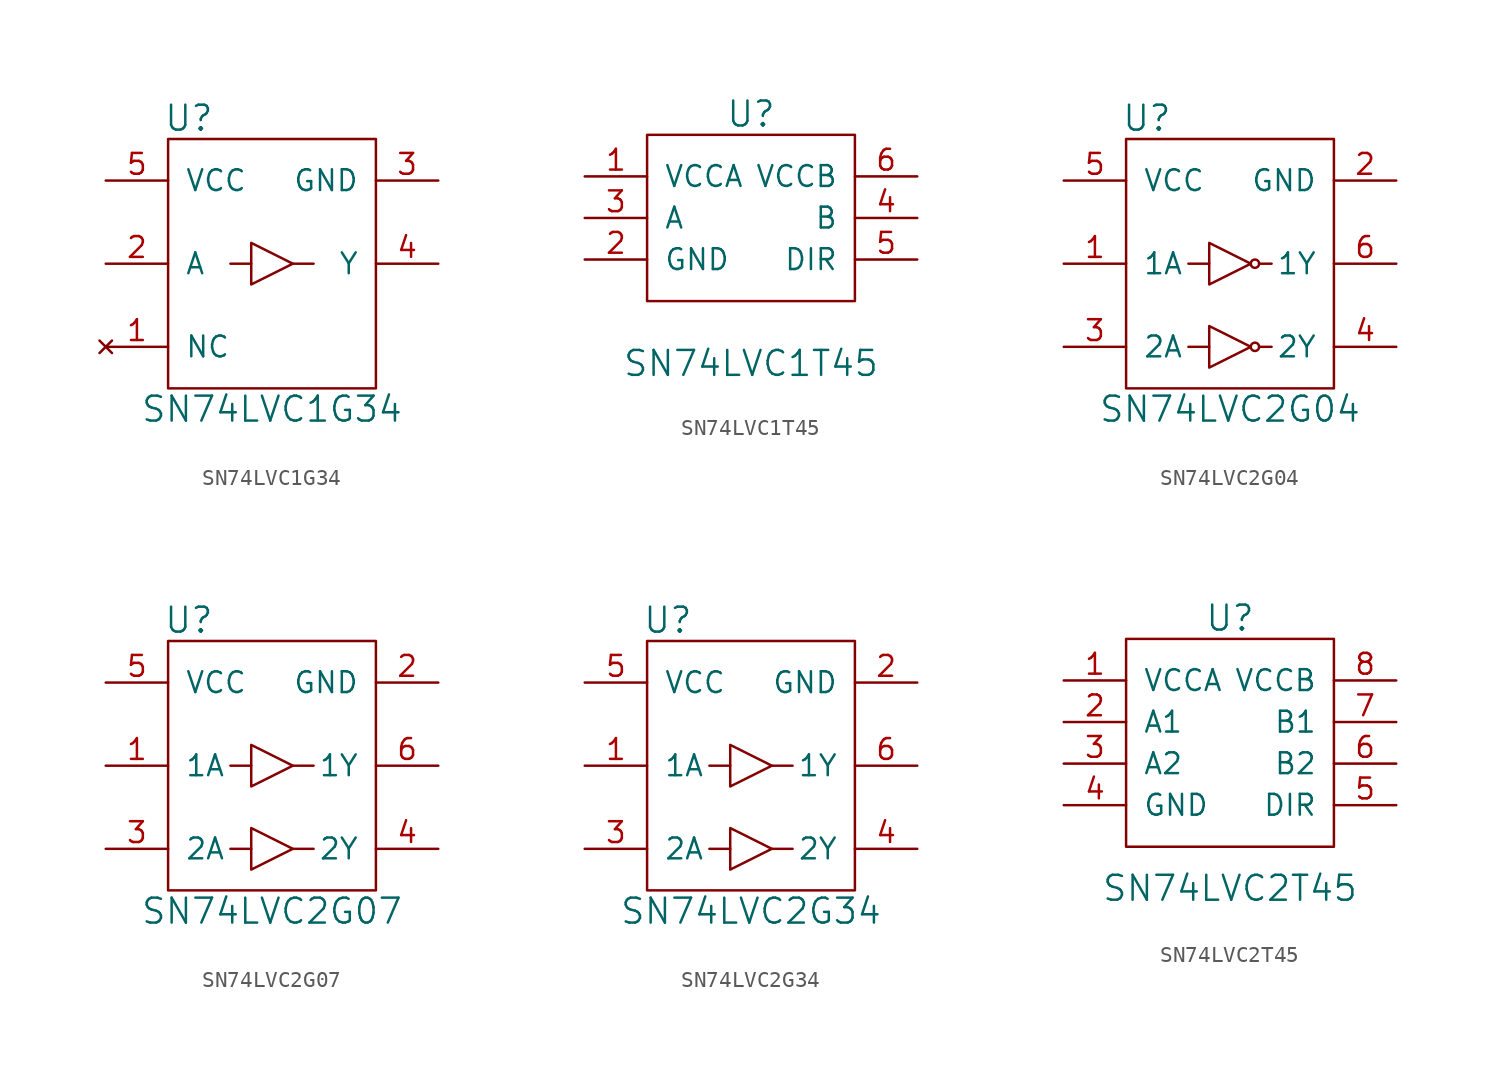
<source format=kicad_sym>
(kicad_symbol_lib
  (version 20211014)
  (generator kicad_symbol_editor)
  (symbol "SN74LVC1G34"
    (pin_names
      (offset 1.016))
    (property "Reference" "U"
      (at -5.08 8.89 0)
      (effects (font (size 1.524 1.524))))
    (property "Value" "SN74LVC1G34"
      (at 0 -8.89 0)
      (effects (font (size 1.524 1.524))))
    (property "Datasheet" ""
      (at 1.27 -2.54 0)
      (effects (font (size 1.524 1.524))))
    (symbol "SN74LVC1G34_0_1"
      (rectangle (start -6.35 7.62) (end 6.35 -7.62) (stroke (width 0) (type default) (color 0 0 0 0)) (fill (type none)))
      (polyline (pts (xy -1.27 0) (xy -2.54 0)) (stroke (width 0) (type default) (color 0 0 0 0)) (fill (type none)))
      (polyline (pts (xy 1.27 0) (xy 2.54 0)) (stroke (width 0) (type default) (color 0 0 0 0)) (fill (type none)))
      (polyline (pts (xy -1.27 -1.27) (xy -1.27 1.27) (xy 1.27 0) (xy -1.27 -1.27)) (stroke (width 0) (type default) (color 0 0 0 0)) (fill (type none))))
    (symbol "SN74LVC1G34_1_1"
      (pin no_connect line (at -10.16 -5.08 0) (length 3.81) (name "NC" (effects (font (size 1.27 1.27)))) (number "1" (effects (font (size 1.27 1.27)))))
      (pin input line (at -10.16 0 0) (length 3.81) (name "A" (effects (font (size 1.27 1.27)))) (number "2" (effects (font (size 1.27 1.27)))))
      (pin power_in line (at 10.16 5.08 180) (length 3.81) (name "GND" (effects (font (size 1.27 1.27)))) (number "3" (effects (font (size 1.27 1.27)))))
      (pin output line (at 10.16 0 180) (length 3.81) (name "Y" (effects (font (size 1.27 1.27)))) (number "4" (effects (font (size 1.27 1.27)))))
      (pin power_in line (at -10.16 5.08 0) (length 3.81) (name "VCC" (effects (font (size 1.27 1.27)))) (number "5" (effects (font (size 1.27 1.27)))))))
  (symbol "SN74LVC1T45"
    (pin_names
      (offset 1.016))
    (property "Reference" "U"
      (at 0 5.08 0)
      (effects (font (size 1.524 1.524))))
    (property "Value" "SN74LVC1T45"
      (at 0 -10.16 0)
      (effects (font (size 1.524 1.524))))
    (property "Datasheet" ""
      (at 0 -2.54 0)
      (effects (font (size 1.524 1.524))))
    (symbol "SN74LVC1T45_0_1"
      (rectangle (start -6.35 3.81) (end 6.35 -6.35) (stroke (width 0) (type default) (color 0 0 0 0)) (fill (type none))))
    (symbol "SN74LVC1T45_1_1"
      (pin power_in line (at -10.16 1.27 0) (length 3.81) (name "VCCA" (effects (font (size 1.27 1.27)))) (number "1" (effects (font (size 1.27 1.27)))))
      (pin power_in line (at -10.16 -3.81 0) (length 3.81) (name "GND" (effects (font (size 1.27 1.27)))) (number "2" (effects (font (size 1.27 1.27)))))
      (pin bidirectional line (at -10.16 -1.27 0) (length 3.81) (name "A" (effects (font (size 1.27 1.27)))) (number "3" (effects (font (size 1.27 1.27)))))
      (pin bidirectional line (at 10.16 -1.27 180) (length 3.81) (name "B" (effects (font (size 1.27 1.27)))) (number "4" (effects (font (size 1.27 1.27)))))
      (pin input line (at 10.16 -3.81 180) (length 3.81) (name "DIR" (effects (font (size 1.27 1.27)))) (number "5" (effects (font (size 1.27 1.27)))))
      (pin power_in line (at 10.16 1.27 180) (length 3.81) (name "VCCB" (effects (font (size 1.27 1.27)))) (number "6" (effects (font (size 1.27 1.27)))))))
  (symbol "SN74LVC2G04"
    (pin_names
      (offset 1.016))
    (property "Reference" "U"
      (at -5.08 8.89 0)
      (effects (font (size 1.524 1.524))))
    (property "Value" "SN74LVC2G04"
      (at 0 -8.89 0)
      (effects (font (size 1.524 1.524))))
    (property "Datasheet" ""
      (at 1.27 -2.54 0)
      (effects (font (size 1.524 1.524))))
    (symbol "SN74LVC2G04_0_1"
      (rectangle (start -6.35 7.62) (end 6.35 -7.62) (stroke (width 0) (type default) (color 0 0 0 0)) (fill (type none)))
      (polyline (pts (xy -1.27 -5.08) (xy -2.54 -5.08)) (stroke (width 0) (type default) (color 0 0 0 0)) (fill (type none)))
      (polyline (pts (xy -1.27 0) (xy -2.54 0)) (stroke (width 0) (type default) (color 0 0 0 0)) (fill (type none)))
      (polyline (pts (xy 1.778 -5.08) (xy 2.54 -5.08)) (stroke (width 0) (type default) (color 0 0 0 0)) (fill (type none)))
      (polyline (pts (xy 1.778 0) (xy 2.54 0)) (stroke (width 0) (type default) (color 0 0 0 0)) (fill (type none)))
      (polyline (pts (xy -1.27 -3.81) (xy -1.27 -6.35) (xy 1.27 -5.08) (xy -1.27 -3.81)) (stroke (width 0) (type default) (color 0 0 0 0)) (fill (type none)))
      (polyline (pts (xy -1.27 -1.27) (xy -1.27 1.27) (xy 1.27 0) (xy -1.27 -1.27)) (stroke (width 0) (type default) (color 0 0 0 0)) (fill (type none)))
      (circle (center 1.524 -5.08) (radius 0.254) (stroke (width 0) (type default) (color 0 0 0 0)) (fill (type none)))
      (circle (center 1.524 0) (radius 0.254) (stroke (width 0) (type default) (color 0 0 0 0)) (fill (type none))))
    (symbol "SN74LVC2G04_1_1"
      (pin input line (at -10.16 0 0) (length 3.81) (name "1A" (effects (font (size 1.27 1.27)))) (number "1" (effects (font (size 1.27 1.27)))))
      (pin power_in line (at 10.16 5.08 180) (length 3.81) (name "GND" (effects (font (size 1.27 1.27)))) (number "2" (effects (font (size 1.27 1.27)))))
      (pin input line (at -10.16 -5.08 0) (length 3.81) (name "2A" (effects (font (size 1.27 1.27)))) (number "3" (effects (font (size 1.27 1.27)))))
      (pin output line (at 10.16 -5.08 180) (length 3.81) (name "2Y" (effects (font (size 1.27 1.27)))) (number "4" (effects (font (size 1.27 1.27)))))
      (pin power_in line (at -10.16 5.08 0) (length 3.81) (name "VCC" (effects (font (size 1.27 1.27)))) (number "5" (effects (font (size 1.27 1.27)))))
      (pin output line (at 10.16 0 180) (length 3.81) (name "1Y" (effects (font (size 1.27 1.27)))) (number "6" (effects (font (size 1.27 1.27)))))))
  (symbol "SN74LVC2G07"
    (pin_names
      (offset 1.016))
    (property "Reference" "U"
      (at -5.08 8.89 0)
      (effects (font (size 1.524 1.524))))
    (property "Value" "SN74LVC2G07"
      (at 0 -8.89 0)
      (effects (font (size 1.524 1.524))))
    (property "Datasheet" ""
      (at 1.27 -2.54 0)
      (effects (font (size 1.524 1.524))))
    (symbol "SN74LVC2G07_0_1"
      (rectangle (start -6.35 7.62) (end 6.35 -7.62) (stroke (width 0) (type default) (color 0 0 0 0)) (fill (type none)))
      (polyline (pts (xy -1.27 -5.08) (xy -2.54 -5.08)) (stroke (width 0) (type default) (color 0 0 0 0)) (fill (type none)))
      (polyline (pts (xy -1.27 0) (xy -2.54 0)) (stroke (width 0) (type default) (color 0 0 0 0)) (fill (type none)))
      (polyline (pts (xy 1.27 -5.08) (xy 2.54 -5.08)) (stroke (width 0) (type default) (color 0 0 0 0)) (fill (type none)))
      (polyline (pts (xy 1.27 0) (xy 2.54 0)) (stroke (width 0) (type default) (color 0 0 0 0)) (fill (type none)))
      (polyline (pts (xy -1.27 -3.81) (xy -1.27 -6.35) (xy 1.27 -5.08) (xy -1.27 -3.81)) (stroke (width 0) (type default) (color 0 0 0 0)) (fill (type none)))
      (polyline (pts (xy -1.27 -1.27) (xy -1.27 1.27) (xy 1.27 0) (xy -1.27 -1.27)) (stroke (width 0) (type default) (color 0 0 0 0)) (fill (type none))))
    (symbol "SN74LVC2G07_1_1"
      (pin input line (at -10.16 0 0) (length 3.81) (name "1A" (effects (font (size 1.27 1.27)))) (number "1" (effects (font (size 1.27 1.27)))))
      (pin input line (at 10.16 5.08 180) (length 3.81) (name "GND" (effects (font (size 1.27 1.27)))) (number "2" (effects (font (size 1.27 1.27)))))
      (pin input line (at -10.16 -5.08 0) (length 3.81) (name "2A" (effects (font (size 1.27 1.27)))) (number "3" (effects (font (size 1.27 1.27)))))
      (pin input line (at 10.16 -5.08 180) (length 3.81) (name "2Y" (effects (font (size 1.27 1.27)))) (number "4" (effects (font (size 1.27 1.27)))))
      (pin input line (at -10.16 5.08 0) (length 3.81) (name "VCC" (effects (font (size 1.27 1.27)))) (number "5" (effects (font (size 1.27 1.27)))))
      (pin input line (at 10.16 0 180) (length 3.81) (name "1Y" (effects (font (size 1.27 1.27)))) (number "6" (effects (font (size 1.27 1.27)))))))
  (symbol "SN74LVC2G34"
    (pin_names
      (offset 1.016))
    (property "Reference" "U"
      (at -5.08 8.89 0)
      (effects (font (size 1.524 1.524))))
    (property "Value" "SN74LVC2G34"
      (at 0 -8.89 0)
      (effects (font (size 1.524 1.524))))
    (property "Datasheet" ""
      (at 1.27 -2.54 0)
      (effects (font (size 1.524 1.524))))
    (symbol "SN74LVC2G34_0_1"
      (rectangle (start -6.35 7.62) (end 6.35 -7.62) (stroke (width 0) (type default) (color 0 0 0 0)) (fill (type none)))
      (polyline (pts (xy -1.27 -5.08) (xy -2.54 -5.08)) (stroke (width 0) (type default) (color 0 0 0 0)) (fill (type none)))
      (polyline (pts (xy -1.27 0) (xy -2.54 0)) (stroke (width 0) (type default) (color 0 0 0 0)) (fill (type none)))
      (polyline (pts (xy 1.27 -5.08) (xy 2.54 -5.08)) (stroke (width 0) (type default) (color 0 0 0 0)) (fill (type none)))
      (polyline (pts (xy 1.27 0) (xy 2.54 0)) (stroke (width 0) (type default) (color 0 0 0 0)) (fill (type none)))
      (polyline (pts (xy -1.27 -3.81) (xy -1.27 -6.35) (xy 1.27 -5.08) (xy -1.27 -3.81)) (stroke (width 0) (type default) (color 0 0 0 0)) (fill (type none)))
      (polyline (pts (xy -1.27 -1.27) (xy -1.27 1.27) (xy 1.27 0) (xy -1.27 -1.27)) (stroke (width 0) (type default) (color 0 0 0 0)) (fill (type none))))
    (symbol "SN74LVC2G34_1_1"
      (pin input line (at -10.16 0 0) (length 3.81) (name "1A" (effects (font (size 1.27 1.27)))) (number "1" (effects (font (size 1.27 1.27)))))
      (pin power_in line (at 10.16 5.08 180) (length 3.81) (name "GND" (effects (font (size 1.27 1.27)))) (number "2" (effects (font (size 1.27 1.27)))))
      (pin input line (at -10.16 -5.08 0) (length 3.81) (name "2A" (effects (font (size 1.27 1.27)))) (number "3" (effects (font (size 1.27 1.27)))))
      (pin output line (at 10.16 -5.08 180) (length 3.81) (name "2Y" (effects (font (size 1.27 1.27)))) (number "4" (effects (font (size 1.27 1.27)))))
      (pin power_in line (at -10.16 5.08 0) (length 3.81) (name "VCC" (effects (font (size 1.27 1.27)))) (number "5" (effects (font (size 1.27 1.27)))))
      (pin output line (at 10.16 0 180) (length 3.81) (name "1Y" (effects (font (size 1.27 1.27)))) (number "6" (effects (font (size 1.27 1.27)))))))
  (symbol "SN74LVC2T45"
    (pin_names
      (offset 1.016))
    (property "Reference" "U"
      (at 0 7.62 0)
      (effects (font (size 1.524 1.524))))
    (property "Value" "SN74LVC2T45"
      (at 0 -8.89 0)
      (effects (font (size 1.524 1.524))))
    (property "Datasheet" ""
      (at 0 0 0)
      (effects (font (size 1.524 1.524))))
    (symbol "SN74LVC2T45_0_1"
      (rectangle (start -6.35 6.35) (end 6.35 -6.35) (stroke (width 0) (type default) (color 0 0 0 0)) (fill (type none))))
    (symbol "SN74LVC2T45_1_1"
      (pin power_in line (at -10.16 3.81 0) (length 3.81) (name "VCCA" (effects (font (size 1.27 1.27)))) (number "1" (effects (font (size 1.27 1.27)))))
      (pin bidirectional line (at -10.16 1.27 0) (length 3.81) (name "A1" (effects (font (size 1.27 1.27)))) (number "2" (effects (font (size 1.27 1.27)))))
      (pin bidirectional line (at -10.16 -1.27 0) (length 3.81) (name "A2" (effects (font (size 1.27 1.27)))) (number "3" (effects (font (size 1.27 1.27)))))
      (pin power_in line (at -10.16 -3.81 0) (length 3.81) (name "GND" (effects (font (size 1.27 1.27)))) (number "4" (effects (font (size 1.27 1.27)))))
      (pin input line (at 10.16 -3.81 180) (length 3.81) (name "DIR" (effects (font (size 1.27 1.27)))) (number "5" (effects (font (size 1.27 1.27)))))
      (pin bidirectional line (at 10.16 -1.27 180) (length 3.81) (name "B2" (effects (font (size 1.27 1.27)))) (number "6" (effects (font (size 1.27 1.27)))))
      (pin bidirectional line (at 10.16 1.27 180) (length 3.81) (name "B1" (effects (font (size 1.27 1.27)))) (number "7" (effects (font (size 1.27 1.27)))))
      (pin power_in line (at 10.16 3.81 180) (length 3.81) (name "VCCB" (effects (font (size 1.27 1.27)))) (number "8" (effects (font (size 1.27 1.27))))))))
</source>
